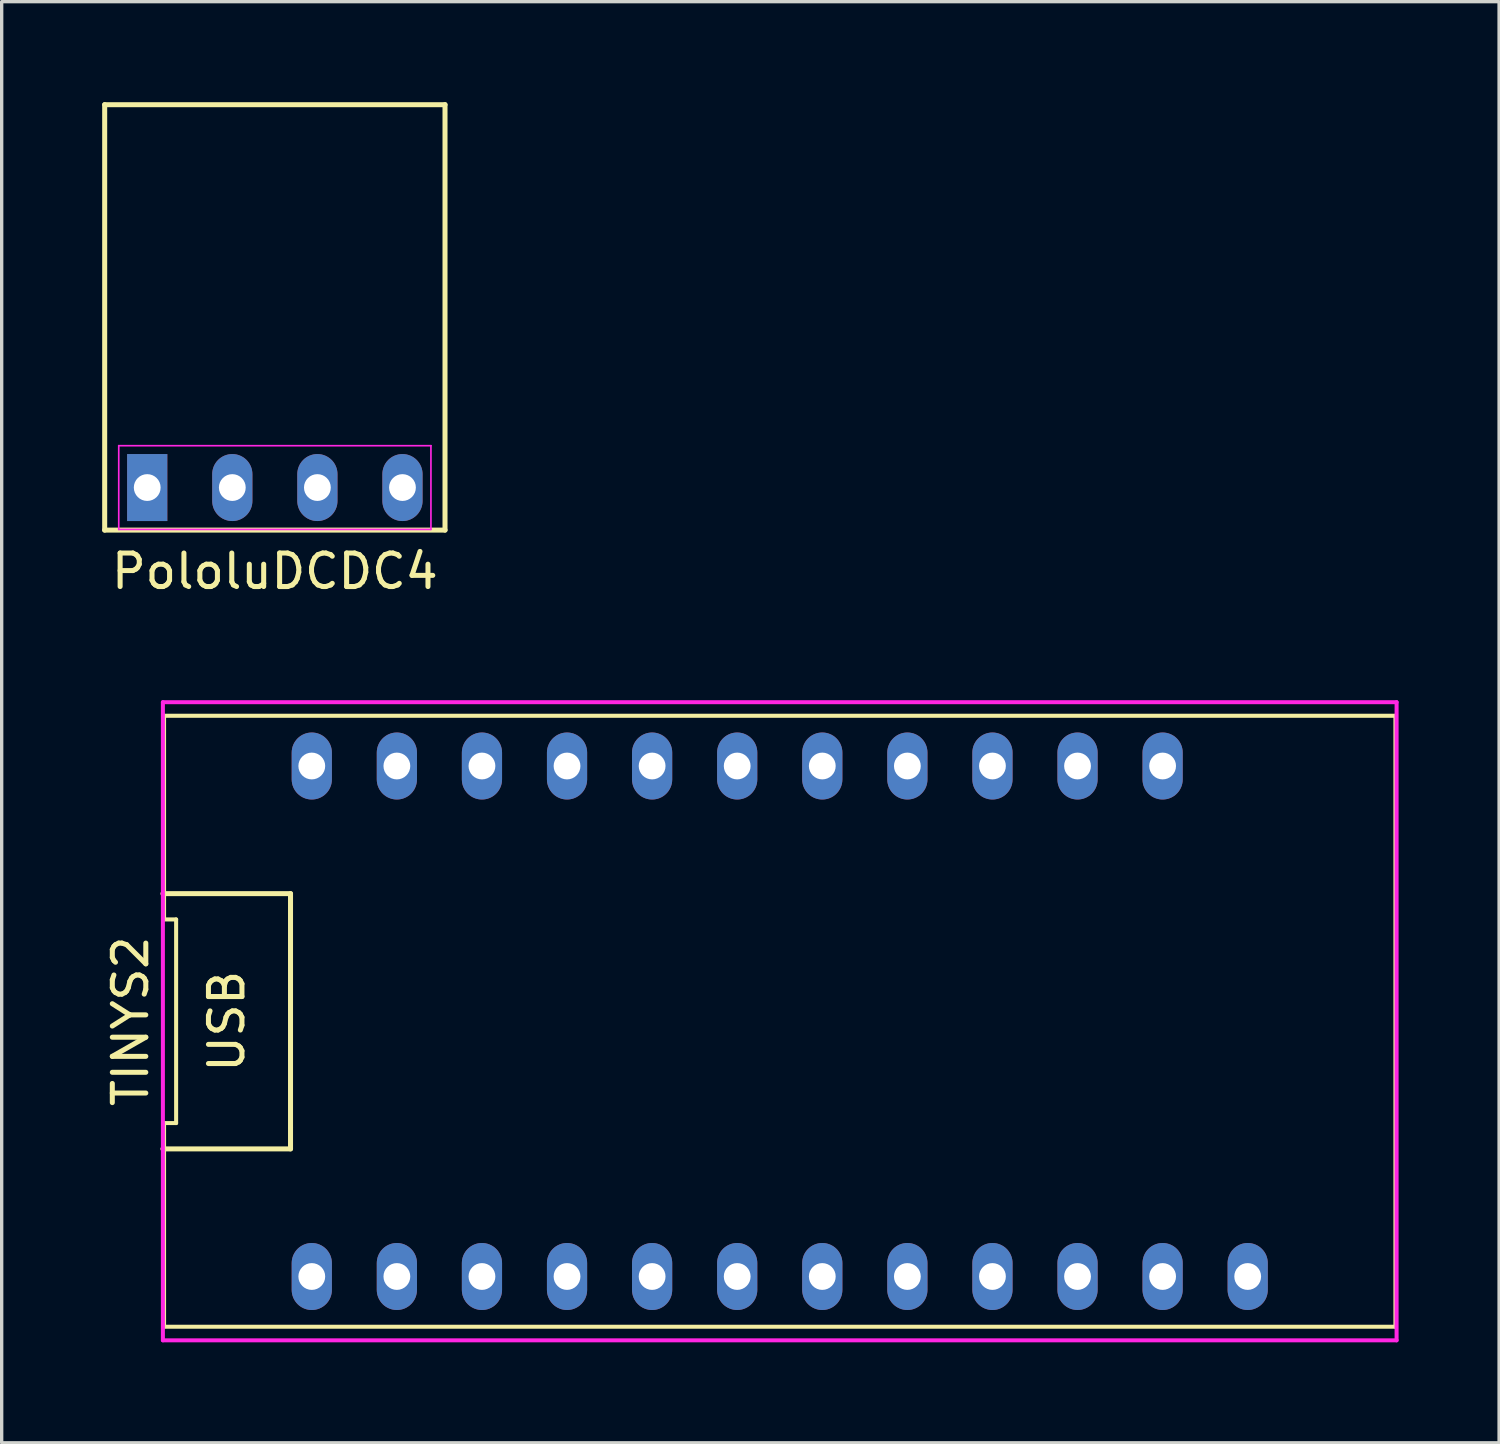
<source format=kicad_pcb>
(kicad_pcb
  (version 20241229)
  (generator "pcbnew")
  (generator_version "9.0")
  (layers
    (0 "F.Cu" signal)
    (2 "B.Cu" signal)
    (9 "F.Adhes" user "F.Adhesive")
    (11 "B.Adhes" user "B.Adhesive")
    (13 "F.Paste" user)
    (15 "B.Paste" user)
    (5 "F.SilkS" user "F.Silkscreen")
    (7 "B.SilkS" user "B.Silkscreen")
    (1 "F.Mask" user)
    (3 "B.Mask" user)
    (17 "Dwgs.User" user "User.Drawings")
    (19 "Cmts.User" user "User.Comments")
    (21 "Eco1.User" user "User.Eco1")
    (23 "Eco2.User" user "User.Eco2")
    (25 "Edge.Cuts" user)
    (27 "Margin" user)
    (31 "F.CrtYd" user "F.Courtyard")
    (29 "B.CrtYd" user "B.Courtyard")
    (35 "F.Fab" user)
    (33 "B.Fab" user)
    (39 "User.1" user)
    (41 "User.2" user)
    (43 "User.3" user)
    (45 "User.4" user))
  (footprint "PololuDCDC4"
    (layer "F.Cu")
    (at 5.155 11.505)
    (property "Reference" "PololuDCDC4" (at 0 2.5 0) (layer "F.SilkS") (effects (font (size 1 1) (thickness 0.15))))
    (attr through_hole)
    (fp_line (start -5.08 -11.43) (end 5.08 -11.43) (stroke (width 0.15) (type solid)) (layer "F.SilkS"))
    (fp_line (start -5.08 1.27) (end -5.08 -11.43) (stroke (width 0.15) (type solid)) (layer "F.SilkS"))
    (fp_line (start 5.08 -11.43) (end 5.08 1.27) (stroke (width 0.15) (type solid)) (layer "F.SilkS"))
    (fp_line (start 5.08 1.27) (end -5.08 1.27) (stroke (width 0.15) (type solid)) (layer "F.SilkS"))
    (fp_line (start -4.66 -1.25) (end 4.66 -1.25) (stroke (width 0.05) (type solid)) (layer "F.CrtYd"))
    (fp_line (start -4.66 1.25) (end -4.66 -1.25) (stroke (width 0.05) (type solid)) (layer "F.CrtYd"))
    (fp_line (start 4.66 -1.25) (end 4.66 1.25) (stroke (width 0.05) (type solid)) (layer "F.CrtYd"))
    (fp_line (start 4.66 1.25) (end -4.66 1.25) (stroke (width 0.05) (type solid)) (layer "F.CrtYd"))
    (pad "1" thru_hole rect (at -3.81 0) (size 1.2 2) (drill 0.8) (layers "*.Cu" "*.Mask"))
    (pad "2" thru_hole oval (at -1.27 0) (size 1.2 2) (drill 0.8) (layers "*.Cu" "*.Mask"))
    (pad "3" thru_hole oval (at 1.27 0) (size 1.2 2) (drill 0.8) (layers "*.Cu" "*.Mask"))
    (pad "4" thru_hole oval (at 3.81 0) (size 1.2 2) (drill 0.8) (layers "*.Cu" "*.Mask")))
  (footprint "TINYS2"
    (layer "F.Cu")
    (at 20.228 27.438)
    (property "Reference" "TINYS2" (at -19.38 0 90) (layer "F.SilkS") (effects (font (size 1 1) (thickness 0.15))))
    (attr through_hole)
    (fp_line (start -18.415 -3.81) (end -14.605 -3.81) (stroke (width 0.15) (type solid)) (layer "F.SilkS"))
    (fp_line (start -18.38 -9.12) (end -18.38 -3.04) (stroke (width 0.12) (type solid)) (layer "F.SilkS"))
    (fp_line (start -18.38 -3.04) (end -18.02 -3.04) (stroke (width 0.12) (type solid)) (layer "F.SilkS"))
    (fp_line (start -18.38 3.04) (end -18.38 9.12) (stroke (width 0.12) (type solid)) (layer "F.SilkS"))
    (fp_line (start -18.38 9.12) (end 18.38 9.12) (stroke (width 0.12) (type solid)) (layer "F.SilkS"))
    (fp_line (start -18.02 -3.04) (end -18.02 3.04) (stroke (width 0.12) (type solid)) (layer "F.SilkS"))
    (fp_line (start -18.02 3.04) (end -18.38 3.04) (stroke (width 0.12) (type solid)) (layer "F.SilkS"))
    (fp_line (start -14.605 -3.81) (end -14.605 3.175) (stroke (width 0.15) (type solid)) (layer "F.SilkS"))
    (fp_line (start -14.605 3.175) (end -14.605 3.81) (stroke (width 0.15) (type solid)) (layer "F.SilkS"))
    (fp_line (start -14.605 3.81) (end -18.415 3.81) (stroke (width 0.15) (type solid)) (layer "F.SilkS"))
    (fp_line (start 18.38 -9.12) (end -18.38 -9.12) (stroke (width 0.12) (type solid)) (layer "F.SilkS"))
    (fp_line (start 18.38 9.12) (end 18.38 -9.12) (stroke (width 0.12) (type solid)) (layer "F.SilkS"))
    (fp_line (start -18.415 -9.525) (end -18.415 9.525) (stroke (width 0.12) (type solid)) (layer "F.CrtYd"))
    (fp_line (start -18.415 9.525) (end 18.415 9.525) (stroke (width 0.12) (type solid)) (layer "F.CrtYd"))
    (fp_line (start 18.415 -9.525) (end -18.415 -9.525) (stroke (width 0.12) (type solid)) (layer "F.CrtYd"))
    (fp_line (start 18.415 9.525) (end 18.415 -9.525) (stroke (width 0.12) (type solid)) (layer "F.CrtYd"))
    (fp_text user "USB" (at -16.51 0 90) (layer "F.SilkS") (effects (font (size 1 1) (thickness 0.15))))
    (pad "1" thru_hole oval (at -13.97 7.62) (size 1.2 2) (drill 0.8) (layers "*.Cu" "*.Mask"))
    (pad "2" thru_hole oval (at -11.43 7.62) (size 1.2 2) (drill 0.8) (layers "*.Cu" "*.Mask"))
    (pad "3" thru_hole oval (at -8.89 7.62) (size 1.2 2) (drill 0.8) (layers "*.Cu" "*.Mask"))
    (pad "4" thru_hole oval (at -6.35 7.62) (size 1.2 2) (drill 0.8) (layers "*.Cu" "*.Mask"))
    (pad "5" thru_hole oval (at -3.81 7.62) (size 1.2 2) (drill 0.8) (layers "*.Cu" "*.Mask"))
    (pad "6" thru_hole oval (at -1.27 7.62) (size 1.2 2) (drill 0.8) (layers "*.Cu" "*.Mask"))
    (pad "7" thru_hole oval (at 1.27 7.62) (size 1.2 2) (drill 0.8) (layers "*.Cu" "*.Mask"))
    (pad "8" thru_hole oval (at 3.81 7.62) (size 1.2 2) (drill 0.8) (layers "*.Cu" "*.Mask"))
    (pad "9" thru_hole oval (at 6.35 7.62) (size 1.2 2) (drill 0.8) (layers "*.Cu" "*.Mask"))
    (pad "10" thru_hole oval (at 8.89 7.62) (size 1.2 2) (drill 0.8) (layers "*.Cu" "*.Mask"))
    (pad "11" thru_hole oval (at 11.43 7.62) (size 1.2 2) (drill 0.8) (layers "*.Cu" "*.Mask"))
    (pad "12" thru_hole oval (at 13.97 7.62) (size 1.2 2) (drill 0.8) (layers "*.Cu" "*.Mask"))
    (pad "13" thru_hole oval (at 11.43 -7.62) (size 1.2 2) (drill 0.8) (layers "*.Cu" "*.Mask"))
    (pad "14" thru_hole oval (at 8.89 -7.62) (size 1.2 2) (drill 0.8) (layers "*.Cu" "*.Mask"))
    (pad "15" thru_hole oval (at 6.35 -7.62) (size 1.2 2) (drill 0.8) (layers "*.Cu" "*.Mask"))
    (pad "16" thru_hole oval (at 3.81 -7.62) (size 1.2 2) (drill 0.8) (layers "*.Cu" "*.Mask"))
    (pad "17" thru_hole oval (at 1.27 -7.62) (size 1.2 2) (drill 0.8) (layers "*.Cu" "*.Mask"))
    (pad "18" thru_hole oval (at -1.27 -7.62) (size 1.2 2) (drill 0.8) (layers "*.Cu" "*.Mask"))
    (pad "19" thru_hole oval (at -3.81 -7.62) (size 1.2 2) (drill 0.8) (layers "*.Cu" "*.Mask"))
    (pad "20" thru_hole oval (at -6.35 -7.62) (size 1.2 2) (drill 0.8) (layers "*.Cu" "*.Mask"))
    (pad "21" thru_hole oval (at -8.89 -7.62) (size 1.2 2) (drill 0.8) (layers "*.Cu" "*.Mask"))
    (pad "22" thru_hole oval (at -11.43 -7.62) (size 1.2 2) (drill 0.8) (layers "*.Cu" "*.Mask"))
    (pad "23" thru_hole oval (at -13.97 -7.62) (size 1.2 2) (drill 0.8) (layers "*.Cu" "*.Mask")))
  (gr_rect
    (start -3 -3)
    (end 41.703 40.023)
    (stroke (width 0.1) (type default))
    (fill no)
    (layer "Edge.Cuts")))
</source>
